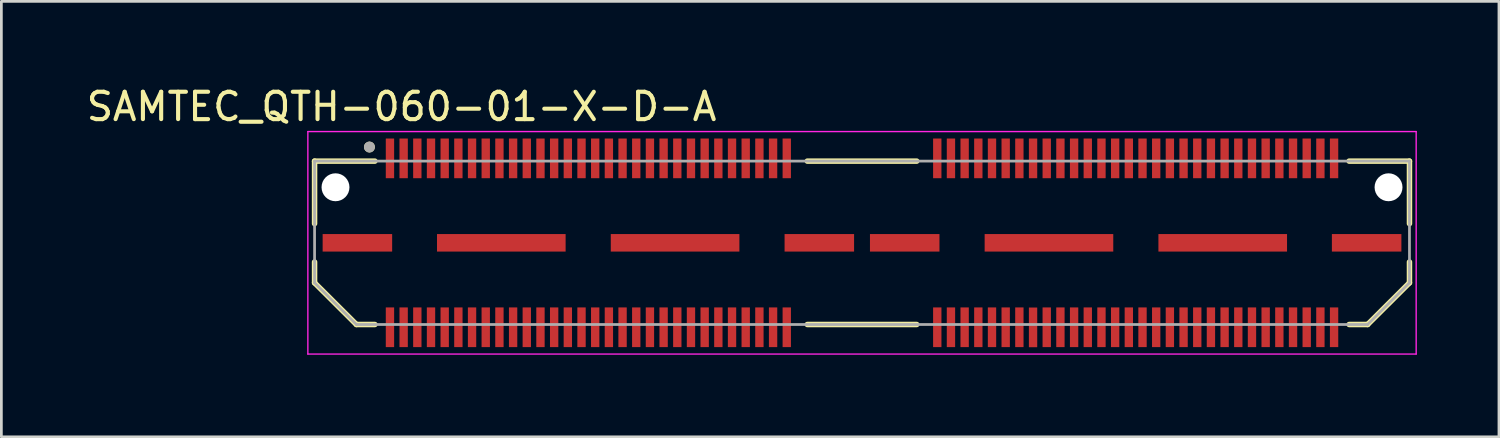
<source format=kicad_pcb>
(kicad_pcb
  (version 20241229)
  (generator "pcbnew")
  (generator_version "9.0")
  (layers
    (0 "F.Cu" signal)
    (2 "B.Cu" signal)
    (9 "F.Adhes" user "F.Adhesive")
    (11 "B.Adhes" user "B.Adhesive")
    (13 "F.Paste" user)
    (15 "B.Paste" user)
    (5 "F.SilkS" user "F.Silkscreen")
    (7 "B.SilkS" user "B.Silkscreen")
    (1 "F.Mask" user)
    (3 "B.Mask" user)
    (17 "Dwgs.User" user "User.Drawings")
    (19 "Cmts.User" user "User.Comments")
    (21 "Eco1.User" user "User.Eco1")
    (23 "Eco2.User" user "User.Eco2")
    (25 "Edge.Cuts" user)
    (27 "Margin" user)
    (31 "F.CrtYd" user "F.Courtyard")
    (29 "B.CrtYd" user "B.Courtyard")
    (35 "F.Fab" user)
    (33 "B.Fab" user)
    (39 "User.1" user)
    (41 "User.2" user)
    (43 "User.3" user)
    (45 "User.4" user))
  (footprint "SAMTEC_QTH-060-01-X-D-A"
    (layer "F.Cu")
    (at 28.45 5.823)
    (property "Reference" "SAMTEC_QTH-060-01-X-D-A" (at -16.825 -4.975 0) (layer "F.SilkS") (effects (font (size 1 1) (thickness 0.15))))
    (attr smd)
    (fp_line (start -20.005 -2.985) (end -17.8 -2.985) (stroke (width 0.2) (type solid)) (layer "F.SilkS"))
    (fp_line (start -20.005 -0.7) (end -20.005 -2.985) (stroke (width 0.2) (type solid)) (layer "F.SilkS"))
    (fp_line (start -20.005 1.461) (end -20.005 0.7) (stroke (width 0.2) (type solid)) (layer "F.SilkS"))
    (fp_line (start -18.476 2.985) (end -20.005 1.461) (stroke (width 0.2) (type solid)) (layer "F.SilkS"))
    (fp_line (start -18.476 2.985) (end -17.8 2.985) (stroke (width 0.2) (type solid)) (layer "F.SilkS"))
    (fp_line (start -2 -2.985) (end 2 -2.985) (stroke (width 0.2) (type solid)) (layer "F.SilkS"))
    (fp_line (start -2 2.985) (end 2 2.985) (stroke (width 0.2) (type solid)) (layer "F.SilkS"))
    (fp_line (start 18.476 2.985) (end 17.8 2.985) (stroke (width 0.2) (type solid)) (layer "F.SilkS"))
    (fp_line (start 20.005 -2.985) (end 17.8 -2.985) (stroke (width 0.2) (type solid)) (layer "F.SilkS"))
    (fp_line (start 20.005 -0.7) (end 20.005 -2.985) (stroke (width 0.2) (type solid)) (layer "F.SilkS"))
    (fp_line (start 20.005 1.461) (end 18.476 2.985) (stroke (width 0.2) (type solid)) (layer "F.SilkS"))
    (fp_line (start 20.005 1.461) (end 20.005 0.7) (stroke (width 0.2) (type solid)) (layer "F.SilkS"))
    (fp_circle (center -18 -3.5) (end -17.9 -3.5) (stroke (width 0.2) (type solid)) (fill no) (layer "F.SilkS"))
    (fp_line (start -20.25 -4.065) (end 20.25 -4.065) (stroke (width 0.05) (type solid)) (layer "F.CrtYd"))
    (fp_line (start -20.25 4.065) (end -20.25 -4.065) (stroke (width 0.05) (type solid)) (layer "F.CrtYd"))
    (fp_line (start 20.25 -4.065) (end 20.25 4.065) (stroke (width 0.05) (type solid)) (layer "F.CrtYd"))
    (fp_line (start 20.25 4.065) (end -20.25 4.065) (stroke (width 0.05) (type solid)) (layer "F.CrtYd"))
    (fp_line (start -20.005 -2.985) (end 20.005 -2.985) (stroke (width 0.1) (type solid)) (layer "F.Fab"))
    (fp_line (start -20.005 1.461) (end -20.005 -2.985) (stroke (width 0.1) (type solid)) (layer "F.Fab"))
    (fp_line (start -18.476 2.985) (end -20.005 1.461) (stroke (width 0.1) (type solid)) (layer "F.Fab"))
    (fp_line (start 18.476 2.985) (end -18.476 2.985) (stroke (width 0.1) (type solid)) (layer "F.Fab"))
    (fp_line (start 20.005 -2.985) (end 20.005 1.461) (stroke (width 0.1) (type solid)) (layer "F.Fab"))
    (fp_line (start 20.005 1.461) (end 18.476 2.985) (stroke (width 0.1) (type solid)) (layer "F.Fab"))
    (fp_circle (center -18 -3.5) (end -17.9 -3.5) (stroke (width 0.2) (type solid)) (fill no) (layer "F.Fab"))
    (pad "" np_thru_hole circle (at -19.24 -2.03) (size 1.02 1.02) (drill 1.02) (layers "*.Cu" "*.Mask"))
    (pad "" np_thru_hole circle (at 19.24 -2.03) (size 1.02 1.02) (drill 1.02) (layers "*.Cu" "*.Mask"))
    (pad "01" smd rect (at -17.25 -3.086) (size 0.305 1.45) (layers "F.Cu" "F.Mask" "F.Paste"))
    (pad "02" smd rect (at -17.25 3.086) (size 0.305 1.45) (layers "F.Cu" "F.Mask" "F.Paste"))
    (pad "03" smd rect (at -16.75 -3.086) (size 0.305 1.45) (layers "F.Cu" "F.Mask" "F.Paste"))
    (pad "04" smd rect (at -16.75 3.086) (size 0.305 1.45) (layers "F.Cu" "F.Mask" "F.Paste"))
    (pad "05" smd rect (at -16.25 -3.086) (size 0.305 1.45) (layers "F.Cu" "F.Mask" "F.Paste"))
    (pad "06" smd rect (at -16.25 3.086) (size 0.305 1.45) (layers "F.Cu" "F.Mask" "F.Paste"))
    (pad "07" smd rect (at -15.75 -3.086) (size 0.305 1.45) (layers "F.Cu" "F.Mask" "F.Paste"))
    (pad "08" smd rect (at -15.75 3.086) (size 0.305 1.45) (layers "F.Cu" "F.Mask" "F.Paste"))
    (pad "09" smd rect (at -15.25 -3.086) (size 0.305 1.45) (layers "F.Cu" "F.Mask" "F.Paste"))
    (pad "10" smd rect (at -15.25 3.086) (size 0.305 1.45) (layers "F.Cu" "F.Mask" "F.Paste"))
    (pad "11" smd rect (at -14.75 -3.086) (size 0.305 1.45) (layers "F.Cu" "F.Mask" "F.Paste"))
    (pad "12" smd rect (at -14.75 3.086) (size 0.305 1.45) (layers "F.Cu" "F.Mask" "F.Paste"))
    (pad "13" smd rect (at -14.25 -3.086) (size 0.305 1.45) (layers "F.Cu" "F.Mask" "F.Paste"))
    (pad "14" smd rect (at -14.25 3.086) (size 0.305 1.45) (layers "F.Cu" "F.Mask" "F.Paste"))
    (pad "15" smd rect (at -13.75 -3.086) (size 0.305 1.45) (layers "F.Cu" "F.Mask" "F.Paste"))
    (pad "16" smd rect (at -13.75 3.086) (size 0.305 1.45) (layers "F.Cu" "F.Mask" "F.Paste"))
    (pad "17" smd rect (at -13.25 -3.086) (size 0.305 1.45) (layers "F.Cu" "F.Mask" "F.Paste"))
    (pad "18" smd rect (at -13.25 3.086) (size 0.305 1.45) (layers "F.Cu" "F.Mask" "F.Paste"))
    (pad "19" smd rect (at -12.75 -3.086) (size 0.305 1.45) (layers "F.Cu" "F.Mask" "F.Paste"))
    (pad "20" smd rect (at -12.75 3.086) (size 0.305 1.45) (layers "F.Cu" "F.Mask" "F.Paste"))
    (pad "21" smd rect (at -12.25 -3.086) (size 0.305 1.45) (layers "F.Cu" "F.Mask" "F.Paste"))
    (pad "22" smd rect (at -12.25 3.086) (size 0.305 1.45) (layers "F.Cu" "F.Mask" "F.Paste"))
    (pad "23" smd rect (at -11.75 -3.086) (size 0.305 1.45) (layers "F.Cu" "F.Mask" "F.Paste"))
    (pad "24" smd rect (at -11.75 3.086) (size 0.305 1.45) (layers "F.Cu" "F.Mask" "F.Paste"))
    (pad "25" smd rect (at -11.25 -3.086) (size 0.305 1.45) (layers "F.Cu" "F.Mask" "F.Paste"))
    (pad "26" smd rect (at -11.25 3.086) (size 0.305 1.45) (layers "F.Cu" "F.Mask" "F.Paste"))
    (pad "27" smd rect (at -10.75 -3.086) (size 0.305 1.45) (layers "F.Cu" "F.Mask" "F.Paste"))
    (pad "28" smd rect (at -10.75 3.086) (size 0.305 1.45) (layers "F.Cu" "F.Mask" "F.Paste"))
    (pad "29" smd rect (at -10.25 -3.086) (size 0.305 1.45) (layers "F.Cu" "F.Mask" "F.Paste"))
    (pad "30" smd rect (at -10.25 3.086) (size 0.305 1.45) (layers "F.Cu" "F.Mask" "F.Paste"))
    (pad "31" smd rect (at -9.75 -3.086) (size 0.305 1.45) (layers "F.Cu" "F.Mask" "F.Paste"))
    (pad "32" smd rect (at -9.75 3.086) (size 0.305 1.45) (layers "F.Cu" "F.Mask" "F.Paste"))
    (pad "33" smd rect (at -9.25 -3.086) (size 0.305 1.45) (layers "F.Cu" "F.Mask" "F.Paste"))
    (pad "34" smd rect (at -9.25 3.086) (size 0.305 1.45) (layers "F.Cu" "F.Mask" "F.Paste"))
    (pad "35" smd rect (at -8.75 -3.086) (size 0.305 1.45) (layers "F.Cu" "F.Mask" "F.Paste"))
    (pad "36" smd rect (at -8.75 3.086) (size 0.305 1.45) (layers "F.Cu" "F.Mask" "F.Paste"))
    (pad "37" smd rect (at -8.25 -3.086) (size 0.305 1.45) (layers "F.Cu" "F.Mask" "F.Paste"))
    (pad "38" smd rect (at -8.25 3.086) (size 0.305 1.45) (layers "F.Cu" "F.Mask" "F.Paste"))
    (pad "39" smd rect (at -7.75 -3.086) (size 0.305 1.45) (layers "F.Cu" "F.Mask" "F.Paste"))
    (pad "40" smd rect (at -7.75 3.086) (size 0.305 1.45) (layers "F.Cu" "F.Mask" "F.Paste"))
    (pad "41" smd rect (at -7.25 -3.086) (size 0.305 1.45) (layers "F.Cu" "F.Mask" "F.Paste"))
    (pad "42" smd rect (at -7.25 3.086) (size 0.305 1.45) (layers "F.Cu" "F.Mask" "F.Paste"))
    (pad "43" smd rect (at -6.75 -3.086) (size 0.305 1.45) (layers "F.Cu" "F.Mask" "F.Paste"))
    (pad "44" smd rect (at -6.75 3.086) (size 0.305 1.45) (layers "F.Cu" "F.Mask" "F.Paste"))
    (pad "45" smd rect (at -6.25 -3.086) (size 0.305 1.45) (layers "F.Cu" "F.Mask" "F.Paste"))
    (pad "46" smd rect (at -6.25 3.086) (size 0.305 1.45) (layers "F.Cu" "F.Mask" "F.Paste"))
    (pad "47" smd rect (at -5.75 -3.086) (size 0.305 1.45) (layers "F.Cu" "F.Mask" "F.Paste"))
    (pad "48" smd rect (at -5.75 3.086) (size 0.305 1.45) (layers "F.Cu" "F.Mask" "F.Paste"))
    (pad "49" smd rect (at -5.25 -3.086) (size 0.305 1.45) (layers "F.Cu" "F.Mask" "F.Paste"))
    (pad "50" smd rect (at -5.25 3.086) (size 0.305 1.45) (layers "F.Cu" "F.Mask" "F.Paste"))
    (pad "51" smd rect (at -4.75 -3.086) (size 0.305 1.45) (layers "F.Cu" "F.Mask" "F.Paste"))
    (pad "52" smd rect (at -4.75 3.086) (size 0.305 1.45) (layers "F.Cu" "F.Mask" "F.Paste"))
    (pad "53" smd rect (at -4.25 -3.086) (size 0.305 1.45) (layers "F.Cu" "F.Mask" "F.Paste"))
    (pad "54" smd rect (at -4.25 3.086) (size 0.305 1.45) (layers "F.Cu" "F.Mask" "F.Paste"))
    (pad "55" smd rect (at -3.75 -3.086) (size 0.305 1.45) (layers "F.Cu" "F.Mask" "F.Paste"))
    (pad "56" smd rect (at -3.75 3.086) (size 0.305 1.45) (layers "F.Cu" "F.Mask" "F.Paste"))
    (pad "57" smd rect (at -3.25 -3.086) (size 0.305 1.45) (layers "F.Cu" "F.Mask" "F.Paste"))
    (pad "58" smd rect (at -3.25 3.086) (size 0.305 1.45) (layers "F.Cu" "F.Mask" "F.Paste"))
    (pad "59" smd rect (at -2.75 -3.086) (size 0.305 1.45) (layers "F.Cu" "F.Mask" "F.Paste"))
    (pad "60" smd rect (at -2.75 3.086) (size 0.305 1.45) (layers "F.Cu" "F.Mask" "F.Paste"))
    (pad "61" smd rect (at 2.75 -3.086) (size 0.305 1.45) (layers "F.Cu" "F.Mask" "F.Paste"))
    (pad "62" smd rect (at 2.75 3.086) (size 0.305 1.45) (layers "F.Cu" "F.Mask" "F.Paste"))
    (pad "63" smd rect (at 3.25 -3.086) (size 0.305 1.45) (layers "F.Cu" "F.Mask" "F.Paste"))
    (pad "64" smd rect (at 3.25 3.086) (size 0.305 1.45) (layers "F.Cu" "F.Mask" "F.Paste"))
    (pad "65" smd rect (at 3.75 -3.086) (size 0.305 1.45) (layers "F.Cu" "F.Mask" "F.Paste"))
    (pad "66" smd rect (at 3.75 3.086) (size 0.305 1.45) (layers "F.Cu" "F.Mask" "F.Paste"))
    (pad "67" smd rect (at 4.25 -3.086) (size 0.305 1.45) (layers "F.Cu" "F.Mask" "F.Paste"))
    (pad "68" smd rect (at 4.25 3.086) (size 0.305 1.45) (layers "F.Cu" "F.Mask" "F.Paste"))
    (pad "69" smd rect (at 4.75 -3.086) (size 0.305 1.45) (layers "F.Cu" "F.Mask" "F.Paste"))
    (pad "70" smd rect (at 4.75 3.086) (size 0.305 1.45) (layers "F.Cu" "F.Mask" "F.Paste"))
    (pad "71" smd rect (at 5.25 -3.086) (size 0.305 1.45) (layers "F.Cu" "F.Mask" "F.Paste"))
    (pad "72" smd rect (at 5.25 3.086) (size 0.305 1.45) (layers "F.Cu" "F.Mask" "F.Paste"))
    (pad "73" smd rect (at 5.75 -3.086) (size 0.305 1.45) (layers "F.Cu" "F.Mask" "F.Paste"))
    (pad "74" smd rect (at 5.75 3.086) (size 0.305 1.45) (layers "F.Cu" "F.Mask" "F.Paste"))
    (pad "75" smd rect (at 6.25 -3.086) (size 0.305 1.45) (layers "F.Cu" "F.Mask" "F.Paste"))
    (pad "76" smd rect (at 6.25 3.09) (size 0.305 1.45) (layers "F.Cu" "F.Mask" "F.Paste"))
    (pad "77" smd rect (at 6.75 -3.086) (size 0.305 1.45) (layers "F.Cu" "F.Mask" "F.Paste"))
    (pad "78" smd rect (at 6.75 3.086) (size 0.305 1.45) (layers "F.Cu" "F.Mask" "F.Paste"))
    (pad "79" smd rect (at 7.25 -3.086) (size 0.305 1.45) (layers "F.Cu" "F.Mask" "F.Paste"))
    (pad "80" smd rect (at 7.25 3.086) (size 0.305 1.45) (layers "F.Cu" "F.Mask" "F.Paste"))
    (pad "81" smd rect (at 7.75 -3.086) (size 0.305 1.45) (layers "F.Cu" "F.Mask" "F.Paste"))
    (pad "82" smd rect (at 7.75 3.086) (size 0.305 1.45) (layers "F.Cu" "F.Mask" "F.Paste"))
    (pad "83" smd rect (at 8.25 -3.086) (size 0.305 1.45) (layers "F.Cu" "F.Mask" "F.Paste"))
    (pad "84" smd rect (at 8.25 3.086) (size 0.305 1.45) (layers "F.Cu" "F.Mask" "F.Paste"))
    (pad "85" smd rect (at 8.75 -3.086) (size 0.305 1.45) (layers "F.Cu" "F.Mask" "F.Paste"))
    (pad "86" smd rect (at 8.75 3.086) (size 0.305 1.45) (layers "F.Cu" "F.Mask" "F.Paste"))
    (pad "87" smd rect (at 9.25 -3.086) (size 0.305 1.45) (layers "F.Cu" "F.Mask" "F.Paste"))
    (pad "88" smd rect (at 9.25 3.086) (size 0.305 1.45) (layers "F.Cu" "F.Mask" "F.Paste"))
    (pad "89" smd rect (at 9.75 -3.086) (size 0.305 1.45) (layers "F.Cu" "F.Mask" "F.Paste"))
    (pad "90" smd rect (at 9.75 3.086) (size 0.305 1.45) (layers "F.Cu" "F.Mask" "F.Paste"))
    (pad "91" smd rect (at 10.25 -3.086) (size 0.305 1.45) (layers "F.Cu" "F.Mask" "F.Paste"))
    (pad "92" smd rect (at 10.25 3.086) (size 0.305 1.45) (layers "F.Cu" "F.Mask" "F.Paste"))
    (pad "93" smd rect (at 10.75 -3.086) (size 0.305 1.45) (layers "F.Cu" "F.Mask" "F.Paste"))
    (pad "94" smd rect (at 10.75 3.086) (size 0.305 1.45) (layers "F.Cu" "F.Mask" "F.Paste"))
    (pad "95" smd rect (at 11.25 -3.086) (size 0.305 1.45) (layers "F.Cu" "F.Mask" "F.Paste"))
    (pad "96" smd rect (at 11.25 3.086) (size 0.305 1.45) (layers "F.Cu" "F.Mask" "F.Paste"))
    (pad "97" smd rect (at 11.75 -3.086) (size 0.305 1.45) (layers "F.Cu" "F.Mask" "F.Paste"))
    (pad "98" smd rect (at 11.75 3.086) (size 0.305 1.45) (layers "F.Cu" "F.Mask" "F.Paste"))
    (pad "99" smd rect (at 12.25 -3.086) (size 0.305 1.45) (layers "F.Cu" "F.Mask" "F.Paste"))
    (pad "100" smd rect (at 12.25 3.086) (size 0.305 1.45) (layers "F.Cu" "F.Mask" "F.Paste"))
    (pad "101" smd rect (at 12.75 -3.086) (size 0.305 1.45) (layers "F.Cu" "F.Mask" "F.Paste"))
    (pad "102" smd rect (at 12.75 3.086) (size 0.305 1.45) (layers "F.Cu" "F.Mask" "F.Paste"))
    (pad "103" smd rect (at 13.25 -3.086) (size 0.305 1.45) (layers "F.Cu" "F.Mask" "F.Paste"))
    (pad "104" smd rect (at 13.25 3.086) (size 0.305 1.45) (layers "F.Cu" "F.Mask" "F.Paste"))
    (pad "105" smd rect (at 13.75 -3.086) (size 0.305 1.45) (layers "F.Cu" "F.Mask" "F.Paste"))
    (pad "106" smd rect (at 13.75 3.086) (size 0.305 1.45) (layers "F.Cu" "F.Mask" "F.Paste"))
    (pad "107" smd rect (at 14.25 -3.086) (size 0.305 1.45) (layers "F.Cu" "F.Mask" "F.Paste"))
    (pad "108" smd rect (at 14.25 3.086) (size 0.305 1.45) (layers "F.Cu" "F.Mask" "F.Paste"))
    (pad "109" smd rect (at 14.75 -3.086) (size 0.305 1.45) (layers "F.Cu" "F.Mask" "F.Paste"))
    (pad "110" smd rect (at 14.75 3.086) (size 0.305 1.45) (layers "F.Cu" "F.Mask" "F.Paste"))
    (pad "111" smd rect (at 15.25 -3.086) (size 0.305 1.45) (layers "F.Cu" "F.Mask" "F.Paste"))
    (pad "112" smd rect (at 15.25 3.086) (size 0.305 1.45) (layers "F.Cu" "F.Mask" "F.Paste"))
    (pad "113" smd rect (at 15.75 -3.086) (size 0.305 1.45) (layers "F.Cu" "F.Mask" "F.Paste"))
    (pad "114" smd rect (at 15.75 3.086) (size 0.305 1.45) (layers "F.Cu" "F.Mask" "F.Paste"))
    (pad "115" smd rect (at 16.25 -3.086) (size 0.305 1.45) (layers "F.Cu" "F.Mask" "F.Paste"))
    (pad "116" smd rect (at 16.25 3.086) (size 0.305 1.45) (layers "F.Cu" "F.Mask" "F.Paste"))
    (pad "117" smd rect (at 16.75 -3.086) (size 0.305 1.45) (layers "F.Cu" "F.Mask" "F.Paste"))
    (pad "118" smd rect (at 16.75 3.086) (size 0.305 1.45) (layers "F.Cu" "F.Mask" "F.Paste"))
    (pad "119" smd rect (at 17.25 -3.086) (size 0.305 1.45) (layers "F.Cu" "F.Mask" "F.Paste"))
    (pad "120" smd rect (at 17.25 3.086) (size 0.305 1.45) (layers "F.Cu" "F.Mask" "F.Paste"))
    (pad "G1" smd rect (at -18.44 0) (size 2.54 0.64) (layers "F.Cu" "F.Mask" "F.Paste"))
    (pad "G2" smd rect (at -13.181 0) (size 4.7 0.64) (layers "F.Cu" "F.Mask" "F.Paste"))
    (pad "G3" smd rect (at -6.831 0) (size 4.7 0.64) (layers "F.Cu" "F.Mask" "F.Paste"))
    (pad "G4" smd rect (at -1.56 0) (size 2.54 0.64) (layers "F.Cu" "F.Mask" "F.Paste"))
    (pad "G5" smd rect (at 1.56 0) (size 2.54 0.64) (layers "F.Cu" "F.Mask" "F.Paste"))
    (pad "G6" smd rect (at 6.831 0) (size 4.7 0.64) (layers "F.Cu" "F.Mask" "F.Paste"))
    (pad "G7" smd rect (at 13.181 0) (size 4.7 0.64) (layers "F.Cu" "F.Mask" "F.Paste"))
    (pad "G8" smd rect (at 18.44 0) (size 2.54 0.64) (layers "F.Cu" "F.Mask" "F.Paste")))
  (gr_rect
    (start -3 -3)
    (end 51.725 12.913)
    (stroke (width 0.1) (type default))
    (fill no)
    (layer "Edge.Cuts")))
</source>
